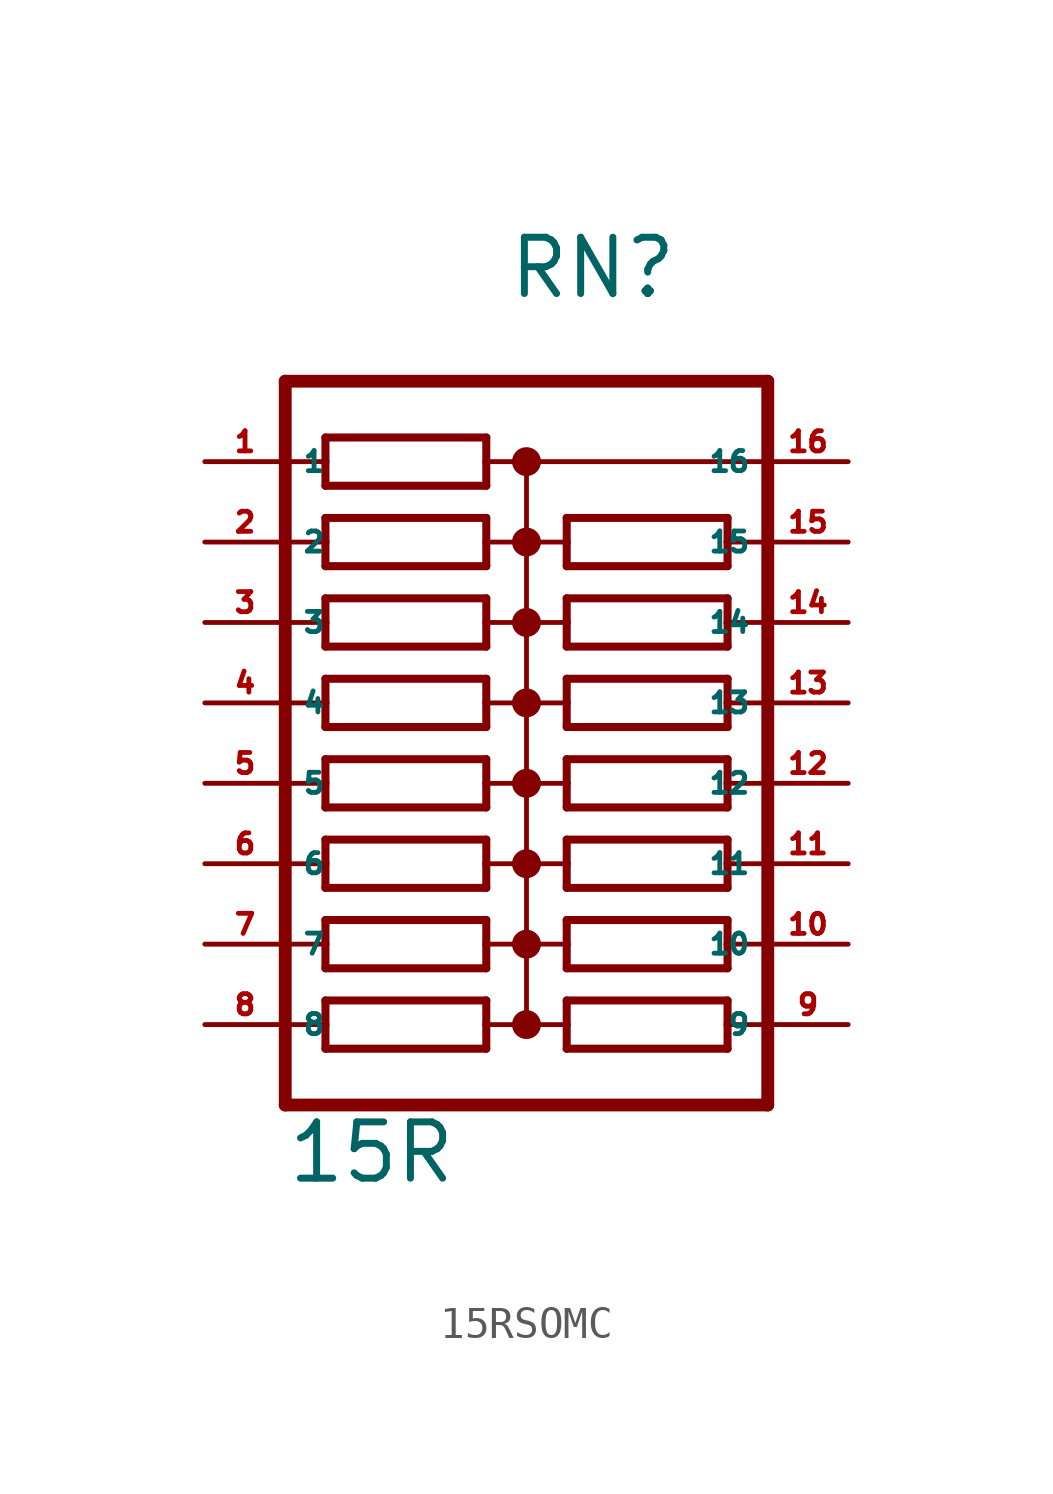
<source format=kicad_sym>
(kicad_symbol_lib
  (version 20220914)
  (generator Eagle2Kicad)
  (symbol "15RSOMC"
    (property "Reference" "RN"
      (at -0.635 15.24 0)
      (effects (font (size 1.778 1.778) (thickness 0.22)) (justify left bottom)))
    (property "Value" "15R"
      (at -7.62 -12.7 0)
      (effects (font (size 1.778 1.778) (thickness 0.22)) (justify left bottom)))
    (polyline
      (pts (xy -6.35 9.398) (xy -1.27 9.398))
      (stroke (width 0.254) (type default))
      (fill (type none)))
    (polyline
      (pts (xy -1.27 10.922) (xy -6.35 10.922))
      (stroke (width 0.254) (type default))
      (fill (type none)))
    (polyline
      (pts (xy -1.27 9.398) (xy -1.27 10.16))
      (stroke (width 0.254) (type default))
      (fill (type none)))
    (polyline
      (pts (xy -6.35 10.922) (xy -6.35 10.16))
      (stroke (width 0.254) (type default))
      (fill (type none)))
    (polyline
      (pts (xy -6.35 10.16) (xy -7.62 10.16))
      (stroke (width 0.152) (type default))
      (fill (type none)))
    (polyline
      (pts (xy -6.35 10.16) (xy -6.35 9.398))
      (stroke (width 0.254) (type default))
      (fill (type none)))
    (polyline
      (pts (xy 0 10.16) (xy -1.27 10.16))
      (stroke (width 0.152) (type default))
      (fill (type none)))
    (polyline
      (pts (xy -1.27 10.16) (xy -1.27 10.922))
      (stroke (width 0.254) (type default))
      (fill (type none)))
    (polyline
      (pts (xy 0 10.16) (xy 0 7.62))
      (stroke (width 0.152) (type default))
      (fill (type none)))
    (polyline
      (pts (xy 0 7.62) (xy -1.27 7.62))
      (stroke (width 0.152) (type default))
      (fill (type none)))
    (polyline
      (pts (xy 0 7.62) (xy 0 5.08))
      (stroke (width 0.152) (type default))
      (fill (type none)))
    (polyline
      (pts (xy 0 5.08) (xy -1.27 5.08))
      (stroke (width 0.152) (type default))
      (fill (type none)))
    (polyline
      (pts (xy 0 5.08) (xy 0 2.54))
      (stroke (width 0.152) (type default))
      (fill (type none)))
    (polyline
      (pts (xy 0 2.54) (xy -1.27 2.54))
      (stroke (width 0.152) (type default))
      (fill (type none)))
    (polyline
      (pts (xy 0 2.54) (xy 0 0))
      (stroke (width 0.152) (type default))
      (fill (type none)))
    (polyline
      (pts (xy 0 0) (xy -1.27 0))
      (stroke (width 0.152) (type default))
      (fill (type none)))
    (polyline
      (pts (xy -7.62 0) (xy -6.35 0))
      (stroke (width 0.152) (type default))
      (fill (type none)))
    (polyline
      (pts (xy -7.62 2.54) (xy -6.35 2.54))
      (stroke (width 0.152) (type default))
      (fill (type none)))
    (polyline
      (pts (xy -7.62 5.08) (xy -6.35 5.08))
      (stroke (width 0.152) (type default))
      (fill (type none)))
    (polyline
      (pts (xy -7.62 7.62) (xy -6.35 7.62))
      (stroke (width 0.152) (type default))
      (fill (type none)))
    (polyline
      (pts (xy -6.35 7.62) (xy -6.35 6.858))
      (stroke (width 0.254) (type default))
      (fill (type none)))
    (polyline
      (pts (xy -6.35 8.382) (xy -6.35 7.62))
      (stroke (width 0.254) (type default))
      (fill (type none)))
    (polyline
      (pts (xy -1.27 6.858) (xy -1.27 7.62))
      (stroke (width 0.254) (type default))
      (fill (type none)))
    (polyline
      (pts (xy -1.27 7.62) (xy -1.27 8.382))
      (stroke (width 0.254) (type default))
      (fill (type none)))
    (polyline
      (pts (xy -6.35 6.858) (xy -1.27 6.858))
      (stroke (width 0.254) (type default))
      (fill (type none)))
    (polyline
      (pts (xy -1.27 8.382) (xy -6.35 8.382))
      (stroke (width 0.254) (type default))
      (fill (type none)))
    (polyline
      (pts (xy -6.35 4.318) (xy -1.27 4.318))
      (stroke (width 0.254) (type default))
      (fill (type none)))
    (polyline
      (pts (xy -6.35 1.778) (xy -1.27 1.778))
      (stroke (width 0.254) (type default))
      (fill (type none)))
    (polyline
      (pts (xy -6.35 -0.762) (xy -1.27 -0.762))
      (stroke (width 0.254) (type default))
      (fill (type none)))
    (polyline
      (pts (xy -1.27 5.842) (xy -6.35 5.842))
      (stroke (width 0.254) (type default))
      (fill (type none)))
    (polyline
      (pts (xy -1.27 3.302) (xy -6.35 3.302))
      (stroke (width 0.254) (type default))
      (fill (type none)))
    (polyline
      (pts (xy -1.27 0.762) (xy -6.35 0.762))
      (stroke (width 0.254) (type default))
      (fill (type none)))
    (polyline
      (pts (xy -1.27 4.318) (xy -1.27 5.08))
      (stroke (width 0.254) (type default))
      (fill (type none)))
    (polyline
      (pts (xy -1.27 1.778) (xy -1.27 2.54))
      (stroke (width 0.254) (type default))
      (fill (type none)))
    (polyline
      (pts (xy -1.27 -0.762) (xy -1.27 0))
      (stroke (width 0.254) (type default))
      (fill (type none)))
    (polyline
      (pts (xy -1.27 5.08) (xy -1.27 5.842))
      (stroke (width 0.254) (type default))
      (fill (type none)))
    (polyline
      (pts (xy -1.27 2.54) (xy -1.27 3.302))
      (stroke (width 0.254) (type default))
      (fill (type none)))
    (polyline
      (pts (xy -1.27 0) (xy -1.27 0.762))
      (stroke (width 0.254) (type default))
      (fill (type none)))
    (polyline
      (pts (xy -6.35 5.08) (xy -6.35 4.318))
      (stroke (width 0.254) (type default))
      (fill (type none)))
    (polyline
      (pts (xy -6.35 2.54) (xy -6.35 1.778))
      (stroke (width 0.254) (type default))
      (fill (type none)))
    (polyline
      (pts (xy -6.35 0) (xy -6.35 -0.762))
      (stroke (width 0.254) (type default))
      (fill (type none)))
    (polyline
      (pts (xy -6.35 5.842) (xy -6.35 5.08))
      (stroke (width 0.254) (type default))
      (fill (type none)))
    (polyline
      (pts (xy -6.35 3.302) (xy -6.35 2.54))
      (stroke (width 0.254) (type default))
      (fill (type none)))
    (polyline
      (pts (xy -6.35 0.762) (xy -6.35 0))
      (stroke (width 0.254) (type default))
      (fill (type none)))
    (polyline
      (pts (xy 7.62 12.7) (xy -7.62 12.7))
      (stroke (width 0.406) (type default))
      (fill (type none)))
    (polyline
      (pts (xy -6.35 -3.302) (xy -1.27 -3.302))
      (stroke (width 0.254) (type default))
      (fill (type none)))
    (polyline
      (pts (xy -1.27 -1.778) (xy -6.35 -1.778))
      (stroke (width 0.254) (type default))
      (fill (type none)))
    (polyline
      (pts (xy -1.27 -3.302) (xy -1.27 -2.54))
      (stroke (width 0.254) (type default))
      (fill (type none)))
    (polyline
      (pts (xy -6.35 -1.778) (xy -6.35 -2.54))
      (stroke (width 0.254) (type default))
      (fill (type none)))
    (polyline
      (pts (xy -6.35 -2.54) (xy -7.62 -2.54))
      (stroke (width 0.152) (type default))
      (fill (type none)))
    (polyline
      (pts (xy -6.35 -2.54) (xy -6.35 -3.302))
      (stroke (width 0.254) (type default))
      (fill (type none)))
    (polyline
      (pts (xy 0 -2.54) (xy -1.27 -2.54))
      (stroke (width 0.152) (type default))
      (fill (type none)))
    (polyline
      (pts (xy -1.27 -2.54) (xy -1.27 -1.778))
      (stroke (width 0.254) (type default))
      (fill (type none)))
    (polyline
      (pts (xy 0 -2.54) (xy 0 -5.08))
      (stroke (width 0.152) (type default))
      (fill (type none)))
    (polyline
      (pts (xy 0 -5.08) (xy -1.27 -5.08))
      (stroke (width 0.152) (type default))
      (fill (type none)))
    (polyline
      (pts (xy 0 -5.08) (xy 0 -7.62))
      (stroke (width 0.152) (type default))
      (fill (type none)))
    (polyline
      (pts (xy 0 -7.62) (xy -1.27 -7.62))
      (stroke (width 0.152) (type default))
      (fill (type none)))
    (polyline
      (pts (xy -7.62 -7.62) (xy -6.35 -7.62))
      (stroke (width 0.152) (type default))
      (fill (type none)))
    (polyline
      (pts (xy -7.62 -5.08) (xy -6.35 -5.08))
      (stroke (width 0.152) (type default))
      (fill (type none)))
    (polyline
      (pts (xy -6.35 -5.08) (xy -6.35 -5.842))
      (stroke (width 0.254) (type default))
      (fill (type none)))
    (polyline
      (pts (xy -6.35 -4.318) (xy -6.35 -5.08))
      (stroke (width 0.254) (type default))
      (fill (type none)))
    (polyline
      (pts (xy -1.27 -5.842) (xy -1.27 -5.08))
      (stroke (width 0.254) (type default))
      (fill (type none)))
    (polyline
      (pts (xy -1.27 -5.08) (xy -1.27 -4.318))
      (stroke (width 0.254) (type default))
      (fill (type none)))
    (polyline
      (pts (xy -6.35 -5.842) (xy -1.27 -5.842))
      (stroke (width 0.254) (type default))
      (fill (type none)))
    (polyline
      (pts (xy -1.27 -4.318) (xy -6.35 -4.318))
      (stroke (width 0.254) (type default))
      (fill (type none)))
    (polyline
      (pts (xy -6.35 -8.382) (xy -1.27 -8.382))
      (stroke (width 0.254) (type default))
      (fill (type none)))
    (polyline
      (pts (xy -1.27 -6.858) (xy -6.35 -6.858))
      (stroke (width 0.254) (type default))
      (fill (type none)))
    (polyline
      (pts (xy -1.27 -8.382) (xy -1.27 -7.62))
      (stroke (width 0.254) (type default))
      (fill (type none)))
    (polyline
      (pts (xy -1.27 -7.62) (xy -1.27 -6.858))
      (stroke (width 0.254) (type default))
      (fill (type none)))
    (polyline
      (pts (xy -6.35 -7.62) (xy -6.35 -8.382))
      (stroke (width 0.254) (type default))
      (fill (type none)))
    (polyline
      (pts (xy -6.35 -6.858) (xy -6.35 -7.62))
      (stroke (width 0.254) (type default))
      (fill (type none)))
    (polyline
      (pts (xy 7.62 12.7) (xy 7.62 10.16))
      (stroke (width 0.406) (type default))
      (fill (type none)))
    (polyline
      (pts (xy 7.62 10.16) (xy 7.62 7.62))
      (stroke (width 0.406) (type default))
      (fill (type none)))
    (polyline
      (pts (xy 7.62 7.62) (xy 7.62 5.08))
      (stroke (width 0.406) (type default))
      (fill (type none)))
    (polyline
      (pts (xy 7.62 5.08) (xy 7.62 2.54))
      (stroke (width 0.406) (type default))
      (fill (type none)))
    (polyline
      (pts (xy 7.62 2.54) (xy 7.62 0))
      (stroke (width 0.406) (type default))
      (fill (type none)))
    (polyline
      (pts (xy 7.62 0) (xy 7.62 -2.54))
      (stroke (width 0.406) (type default))
      (fill (type none)))
    (polyline
      (pts (xy 7.62 -2.54) (xy 7.62 -5.08))
      (stroke (width 0.406) (type default))
      (fill (type none)))
    (polyline
      (pts (xy 7.62 -5.08) (xy 7.62 -7.62))
      (stroke (width 0.406) (type default))
      (fill (type none)))
    (polyline
      (pts (xy 7.62 -7.62) (xy 7.62 -10.16))
      (stroke (width 0.406) (type default))
      (fill (type none)))
    (polyline
      (pts (xy 7.62 -10.16) (xy -7.62 -10.16))
      (stroke (width 0.406) (type default))
      (fill (type none)))
    (polyline
      (pts (xy -7.62 12.7) (xy -7.62 -10.16))
      (stroke (width 0.406) (type default))
      (fill (type none)))
    (polyline
      (pts (xy 0 0) (xy 0 -2.54))
      (stroke (width 0.152) (type default))
      (fill (type none)))
    (polyline
      (pts (xy 0 10.16) (xy 7.62 10.16))
      (stroke (width 0.152) (type default))
      (fill (type none)))
    (polyline
      (pts (xy 6.35 -6.858) (xy 1.27 -6.858))
      (stroke (width 0.254) (type default))
      (fill (type none)))
    (polyline
      (pts (xy 1.27 -8.382) (xy 6.35 -8.382))
      (stroke (width 0.254) (type default))
      (fill (type none)))
    (polyline
      (pts (xy 1.27 -6.858) (xy 1.27 -7.62))
      (stroke (width 0.254) (type default))
      (fill (type none)))
    (polyline
      (pts (xy 6.35 -8.382) (xy 6.35 -7.62))
      (stroke (width 0.254) (type default))
      (fill (type none)))
    (polyline
      (pts (xy 6.35 -7.62) (xy 7.62 -7.62))
      (stroke (width 0.152) (type default))
      (fill (type none)))
    (polyline
      (pts (xy 6.35 -7.62) (xy 6.35 -6.858))
      (stroke (width 0.254) (type default))
      (fill (type none)))
    (polyline
      (pts (xy 0 -7.62) (xy 1.27 -7.62))
      (stroke (width 0.152) (type default))
      (fill (type none)))
    (polyline
      (pts (xy 1.27 -7.62) (xy 1.27 -8.382))
      (stroke (width 0.254) (type default))
      (fill (type none)))
    (polyline
      (pts (xy 0 -5.08) (xy 1.27 -5.08))
      (stroke (width 0.152) (type default))
      (fill (type none)))
    (polyline
      (pts (xy 0 -2.54) (xy 1.27 -2.54))
      (stroke (width 0.152) (type default))
      (fill (type none)))
    (polyline
      (pts (xy 0 0) (xy 1.27 0))
      (stroke (width 0.152) (type default))
      (fill (type none)))
    (polyline
      (pts (xy 0 2.54) (xy 1.27 2.54))
      (stroke (width 0.152) (type default))
      (fill (type none)))
    (polyline
      (pts (xy 7.62 2.54) (xy 6.35 2.54))
      (stroke (width 0.152) (type default))
      (fill (type none)))
    (polyline
      (pts (xy 7.62 0) (xy 6.35 0))
      (stroke (width 0.152) (type default))
      (fill (type none)))
    (polyline
      (pts (xy 7.62 -2.54) (xy 6.35 -2.54))
      (stroke (width 0.152) (type default))
      (fill (type none)))
    (polyline
      (pts (xy 7.62 -5.08) (xy 6.35 -5.08))
      (stroke (width 0.152) (type default))
      (fill (type none)))
    (polyline
      (pts (xy 6.35 -5.08) (xy 6.35 -4.318))
      (stroke (width 0.254) (type default))
      (fill (type none)))
    (polyline
      (pts (xy 6.35 -5.842) (xy 6.35 -5.08))
      (stroke (width 0.254) (type default))
      (fill (type none)))
    (polyline
      (pts (xy 1.27 -4.318) (xy 1.27 -5.08))
      (stroke (width 0.254) (type default))
      (fill (type none)))
    (polyline
      (pts (xy 1.27 -5.08) (xy 1.27 -5.842))
      (stroke (width 0.254) (type default))
      (fill (type none)))
    (polyline
      (pts (xy 6.35 -4.318) (xy 1.27 -4.318))
      (stroke (width 0.254) (type default))
      (fill (type none)))
    (polyline
      (pts (xy 1.27 -5.842) (xy 6.35 -5.842))
      (stroke (width 0.254) (type default))
      (fill (type none)))
    (polyline
      (pts (xy 6.35 -1.778) (xy 1.27 -1.778))
      (stroke (width 0.254) (type default))
      (fill (type none)))
    (polyline
      (pts (xy 6.35 0.762) (xy 1.27 0.762))
      (stroke (width 0.254) (type default))
      (fill (type none)))
    (polyline
      (pts (xy 6.35 3.302) (xy 1.27 3.302))
      (stroke (width 0.254) (type default))
      (fill (type none)))
    (polyline
      (pts (xy 1.27 -3.302) (xy 6.35 -3.302))
      (stroke (width 0.254) (type default))
      (fill (type none)))
    (polyline
      (pts (xy 1.27 -0.762) (xy 6.35 -0.762))
      (stroke (width 0.254) (type default))
      (fill (type none)))
    (polyline
      (pts (xy 1.27 1.778) (xy 6.35 1.778))
      (stroke (width 0.254) (type default))
      (fill (type none)))
    (polyline
      (pts (xy 1.27 -1.778) (xy 1.27 -2.54))
      (stroke (width 0.254) (type default))
      (fill (type none)))
    (polyline
      (pts (xy 1.27 0.762) (xy 1.27 0))
      (stroke (width 0.254) (type default))
      (fill (type none)))
    (polyline
      (pts (xy 1.27 3.302) (xy 1.27 2.54))
      (stroke (width 0.254) (type default))
      (fill (type none)))
    (polyline
      (pts (xy 1.27 -2.54) (xy 1.27 -3.302))
      (stroke (width 0.254) (type default))
      (fill (type none)))
    (polyline
      (pts (xy 1.27 0) (xy 1.27 -0.762))
      (stroke (width 0.254) (type default))
      (fill (type none)))
    (polyline
      (pts (xy 1.27 2.54) (xy 1.27 1.778))
      (stroke (width 0.254) (type default))
      (fill (type none)))
    (polyline
      (pts (xy 6.35 -2.54) (xy 6.35 -1.778))
      (stroke (width 0.254) (type default))
      (fill (type none)))
    (polyline
      (pts (xy 6.35 0) (xy 6.35 0.762))
      (stroke (width 0.254) (type default))
      (fill (type none)))
    (polyline
      (pts (xy 6.35 2.54) (xy 6.35 3.302))
      (stroke (width 0.254) (type default))
      (fill (type none)))
    (polyline
      (pts (xy 6.35 -3.302) (xy 6.35 -2.54))
      (stroke (width 0.254) (type default))
      (fill (type none)))
    (polyline
      (pts (xy 6.35 -0.762) (xy 6.35 0))
      (stroke (width 0.254) (type default))
      (fill (type none)))
    (polyline
      (pts (xy 6.35 1.778) (xy 6.35 2.54))
      (stroke (width 0.254) (type default))
      (fill (type none)))
    (polyline
      (pts (xy 6.35 5.842) (xy 1.27 5.842))
      (stroke (width 0.254) (type default))
      (fill (type none)))
    (polyline
      (pts (xy 1.27 4.318) (xy 6.35 4.318))
      (stroke (width 0.254) (type default))
      (fill (type none)))
    (polyline
      (pts (xy 1.27 5.842) (xy 1.27 5.08))
      (stroke (width 0.254) (type default))
      (fill (type none)))
    (polyline
      (pts (xy 6.35 4.318) (xy 6.35 5.08))
      (stroke (width 0.254) (type default))
      (fill (type none)))
    (polyline
      (pts (xy 6.35 5.08) (xy 7.62 5.08))
      (stroke (width 0.152) (type default))
      (fill (type none)))
    (polyline
      (pts (xy 6.35 5.08) (xy 6.35 5.842))
      (stroke (width 0.254) (type default))
      (fill (type none)))
    (polyline
      (pts (xy 0 5.08) (xy 1.27 5.08))
      (stroke (width 0.152) (type default))
      (fill (type none)))
    (polyline
      (pts (xy 1.27 5.08) (xy 1.27 4.318))
      (stroke (width 0.254) (type default))
      (fill (type none)))
    (polyline
      (pts (xy 0 7.62) (xy 1.27 7.62))
      (stroke (width 0.152) (type default))
      (fill (type none)))
    (polyline
      (pts (xy 7.62 7.62) (xy 6.35 7.62))
      (stroke (width 0.152) (type default))
      (fill (type none)))
    (polyline
      (pts (xy 6.35 7.62) (xy 6.35 8.382))
      (stroke (width 0.254) (type default))
      (fill (type none)))
    (polyline
      (pts (xy 6.35 6.858) (xy 6.35 7.62))
      (stroke (width 0.254) (type default))
      (fill (type none)))
    (polyline
      (pts (xy 1.27 8.382) (xy 1.27 7.62))
      (stroke (width 0.254) (type default))
      (fill (type none)))
    (polyline
      (pts (xy 1.27 7.62) (xy 1.27 6.858))
      (stroke (width 0.254) (type default))
      (fill (type none)))
    (polyline
      (pts (xy 6.35 8.382) (xy 1.27 8.382))
      (stroke (width 0.254) (type default))
      (fill (type none)))
    (polyline
      (pts (xy 1.27 6.858) (xy 6.35 6.858))
      (stroke (width 0.254) (type default))
      (fill (type none)))
    (circle
      (center 0 10.16)
      (radius 0.254)
      (stroke (width 0.406) (type default))
      (fill (type none)))
    (circle
      (center 0 7.62)
      (radius 0.254)
      (stroke (width 0.406) (type default))
      (fill (type none)))
    (circle
      (center 0 5.08)
      (radius 0.254)
      (stroke (width 0.406) (type default))
      (fill (type none)))
    (circle
      (center 0 2.54)
      (radius 0.254)
      (stroke (width 0.406) (type default))
      (fill (type none)))
    (circle
      (center 0 0)
      (radius 0.254)
      (stroke (width 0.406) (type default))
      (fill (type none)))
    (circle
      (center 0 -2.54)
      (radius 0.254)
      (stroke (width 0.406) (type default))
      (fill (type none)))
    (circle
      (center 0 -5.08)
      (radius 0.254)
      (stroke (width 0.406) (type default))
      (fill (type none)))
    (circle
      (center 0 -7.62)
      (radius 0.254)
      (stroke (width 0.406) (type default))
      (fill (type none)))
    (pin passive line
      (at 10.16 10.16 180)
      (length 2.54)
      (name "16" (effects (font (size 0.635 0.635) (thickness 0.08)) (justify left bottom)))
      (number "16" (effects (font (size 0.635 0.635) (thickness 0.08)) (justify left bottom))))
    (pin passive line
      (at -10.16 7.62 0)
      (length 2.54)
      (name "2" (effects (font (size 0.635 0.635) (thickness 0.08)) (justify left bottom)))
      (number "2" (effects (font (size 0.635 0.635) (thickness 0.08)) (justify left bottom))))
    (pin passive line
      (at -10.16 5.08 0)
      (length 2.54)
      (name "3" (effects (font (size 0.635 0.635) (thickness 0.08)) (justify left bottom)))
      (number "3" (effects (font (size 0.635 0.635) (thickness 0.08)) (justify left bottom))))
    (pin passive line
      (at -10.16 2.54 0)
      (length 2.54)
      (name "4" (effects (font (size 0.635 0.635) (thickness 0.08)) (justify left bottom)))
      (number "4" (effects (font (size 0.635 0.635) (thickness 0.08)) (justify left bottom))))
    (pin passive line
      (at -10.16 0 0)
      (length 2.54)
      (name "5" (effects (font (size 0.635 0.635) (thickness 0.08)) (justify left bottom)))
      (number "5" (effects (font (size 0.635 0.635) (thickness 0.08)) (justify left bottom))))
    (pin passive line
      (at -10.16 -2.54 0)
      (length 2.54)
      (name "6" (effects (font (size 0.635 0.635) (thickness 0.08)) (justify left bottom)))
      (number "6" (effects (font (size 0.635 0.635) (thickness 0.08)) (justify left bottom))))
    (pin passive line
      (at -10.16 -5.08 0)
      (length 2.54)
      (name "7" (effects (font (size 0.635 0.635) (thickness 0.08)) (justify left bottom)))
      (number "7" (effects (font (size 0.635 0.635) (thickness 0.08)) (justify left bottom))))
    (pin passive line
      (at -10.16 -7.62 0)
      (length 2.54)
      (name "8" (effects (font (size 0.635 0.635) (thickness 0.08)) (justify left bottom)))
      (number "8" (effects (font (size 0.635 0.635) (thickness 0.08)) (justify left bottom))))
    (pin passive line
      (at -10.16 10.16 0)
      (length 2.54)
      (name "1" (effects (font (size 0.635 0.635) (thickness 0.08)) (justify left bottom)))
      (number "1" (effects (font (size 0.635 0.635) (thickness 0.08)) (justify left bottom))))
    (pin passive line
      (at 10.16 -7.62 180)
      (length 2.54)
      (name "9" (effects (font (size 0.635 0.635) (thickness 0.08)) (justify left bottom)))
      (number "9" (effects (font (size 0.635 0.635) (thickness 0.08)) (justify left bottom))))
    (pin passive line
      (at 10.16 -5.08 180)
      (length 2.54)
      (name "10" (effects (font (size 0.635 0.635) (thickness 0.08)) (justify left bottom)))
      (number "10" (effects (font (size 0.635 0.635) (thickness 0.08)) (justify left bottom))))
    (pin passive line
      (at 10.16 -2.54 180)
      (length 2.54)
      (name "11" (effects (font (size 0.635 0.635) (thickness 0.08)) (justify left bottom)))
      (number "11" (effects (font (size 0.635 0.635) (thickness 0.08)) (justify left bottom))))
    (pin passive line
      (at 10.16 0 180)
      (length 2.54)
      (name "12" (effects (font (size 0.635 0.635) (thickness 0.08)) (justify left bottom)))
      (number "12" (effects (font (size 0.635 0.635) (thickness 0.08)) (justify left bottom))))
    (pin passive line
      (at 10.16 2.54 180)
      (length 2.54)
      (name "13" (effects (font (size 0.635 0.635) (thickness 0.08)) (justify left bottom)))
      (number "13" (effects (font (size 0.635 0.635) (thickness 0.08)) (justify left bottom))))
    (pin passive line
      (at 10.16 5.08 180)
      (length 2.54)
      (name "14" (effects (font (size 0.635 0.635) (thickness 0.08)) (justify left bottom)))
      (number "14" (effects (font (size 0.635 0.635) (thickness 0.08)) (justify left bottom))))
    (pin passive line
      (at 10.16 7.62 180)
      (length 2.54)
      (name "15" (effects (font (size 0.635 0.635) (thickness 0.08)) (justify left bottom)))
      (number "15" (effects (font (size 0.635 0.635) (thickness 0.08)) (justify left bottom))))))
</source>
